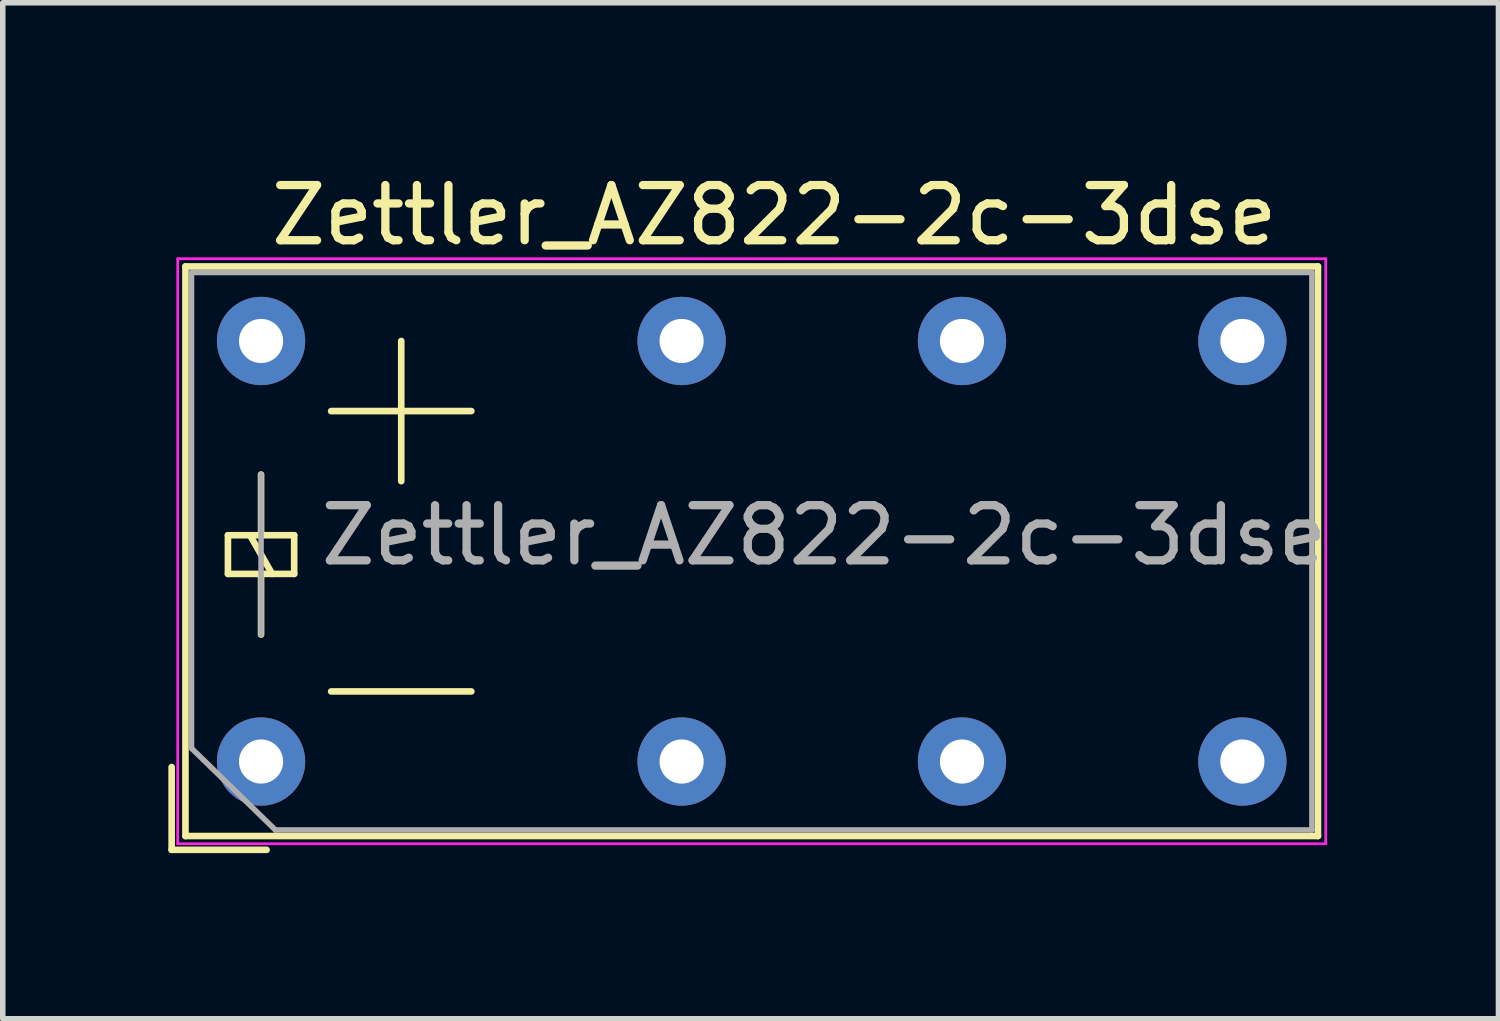
<source format=kicad_pcb>
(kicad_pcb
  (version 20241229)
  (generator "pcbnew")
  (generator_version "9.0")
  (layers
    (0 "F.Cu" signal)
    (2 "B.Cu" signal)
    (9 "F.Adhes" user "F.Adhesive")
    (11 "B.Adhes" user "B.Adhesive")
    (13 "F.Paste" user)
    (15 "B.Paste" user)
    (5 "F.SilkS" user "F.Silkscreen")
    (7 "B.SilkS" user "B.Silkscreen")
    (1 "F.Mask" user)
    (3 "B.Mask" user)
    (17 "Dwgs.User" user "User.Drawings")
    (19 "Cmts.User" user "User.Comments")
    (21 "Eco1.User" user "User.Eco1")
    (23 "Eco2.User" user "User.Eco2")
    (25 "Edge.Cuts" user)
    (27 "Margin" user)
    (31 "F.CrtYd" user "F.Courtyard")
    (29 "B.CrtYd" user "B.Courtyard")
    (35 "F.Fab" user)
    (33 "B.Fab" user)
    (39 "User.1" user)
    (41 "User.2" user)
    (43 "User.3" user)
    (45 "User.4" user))
  (footprint "Zettler_AZ822-2c-3dse"
    (layer "F.Cu")
    (at 1.68 10.748)
    (property "Reference" "Zettler_AZ822-2c-3dse" (at 9.3 -9.9 0) (layer "F.SilkS") (effects (font (size 1 1) (thickness 0.15))))
    (attr through_hole)
    (fp_line (start -1.62 1.6) (end -1.62 0.1) (stroke (width 0.12) (type solid)) (layer "F.SilkS"))
    (fp_line (start -1.37 -8.97) (end 19.15 -8.97) (stroke (width 0.12) (type solid)) (layer "F.SilkS"))
    (fp_line (start -1.37 1.35) (end -1.37 -8.97) (stroke (width 0.12) (type solid)) (layer "F.SilkS"))
    (fp_line (start -0.6 -4.1) (end -0.6 -3.4) (stroke (width 0.12) (type solid)) (layer "F.SilkS"))
    (fp_line (start -0.6 -3.4) (end 0.6 -3.4) (stroke (width 0.12) (type solid)) (layer "F.SilkS"))
    (fp_line (start 0 -4.1) (end 0 -5.2) (stroke (width 0.12) (type solid)) (layer "F.SilkS"))
    (fp_line (start 0 -3.4) (end 0 -2.3) (stroke (width 0.12) (type solid)) (layer "F.SilkS"))
    (fp_line (start 0.1 1.6) (end -1.62 1.6) (stroke (width 0.12) (type solid)) (layer "F.SilkS"))
    (fp_line (start 0.2 -3.4) (end -0.2 -4.1) (stroke (width 0.12) (type solid)) (layer "F.SilkS"))
    (fp_line (start 0.6 -4.1) (end -0.6 -4.1) (stroke (width 0.12) (type solid)) (layer "F.SilkS"))
    (fp_line (start 0.6 -3.4) (end 0.6 -4.1) (stroke (width 0.12) (type solid)) (layer "F.SilkS"))
    (fp_line (start 1.27 -6.35) (end 3.81 -6.35) (stroke (width 0.12) (type solid)) (layer "F.SilkS"))
    (fp_line (start 1.27 -1.27) (end 3.81 -1.27) (stroke (width 0.12) (type solid)) (layer "F.SilkS"))
    (fp_line (start 2.54 -7.62) (end 2.54 -5.08) (stroke (width 0.12) (type solid)) (layer "F.SilkS"))
    (fp_line (start 19.15 -8.97) (end 19.15 1.35) (stroke (width 0.12) (type solid)) (layer "F.SilkS"))
    (fp_line (start 19.15 1.35) (end -1.37 1.35) (stroke (width 0.12) (type solid)) (layer "F.SilkS"))
    (fp_line (start -1.51 -9.11) (end -1.51 1.49) (stroke (width 0.05) (type solid)) (layer "F.CrtYd"))
    (fp_line (start -1.51 -9.11) (end 19.29 -9.11) (stroke (width 0.05) (type solid)) (layer "F.CrtYd"))
    (fp_line (start 19.29 1.49) (end -1.51 1.49) (stroke (width 0.05) (type solid)) (layer "F.CrtYd"))
    (fp_line (start 19.29 1.49) (end 19.29 -9.11) (stroke (width 0.05) (type solid)) (layer "F.CrtYd"))
    (fp_line (start -1.26 -8.86) (end 19.04 -8.86) (stroke (width 0.1) (type solid)) (layer "F.Fab"))
    (fp_line (start -1.26 -0.24) (end -1.26 -8.86) (stroke (width 0.1) (type solid)) (layer "F.Fab"))
    (fp_line (start 0 -2.3) (end 0 -5.2) (stroke (width 0.1) (type solid)) (layer "F.Fab"))
    (fp_line (start 0.26 1.24) (end -1.26 -0.24) (stroke (width 0.1) (type solid)) (layer "F.Fab"))
    (fp_line (start 19.04 -8.86) (end 19.04 1.24) (stroke (width 0.1) (type solid)) (layer "F.Fab"))
    (fp_line (start 19.04 1.24) (end 0.26 1.24) (stroke (width 0.1) (type solid)) (layer "F.Fab"))
    (fp_text user "${REFERENCE}" (at 10.2 -4.1 180) (layer "F.Fab") (effects (font (size 1 1) (thickness 0.15))))
    (pad "1" thru_hole circle (at 0 -7.62 90) (size 1.6 1.6) (drill 0.8) (layers "*.Cu" "*.Mask"))
    (pad "2" thru_hole circle (at 12.7 -7.62 90) (size 1.6 1.6) (drill 0.8) (layers "*.Cu" "*.Mask"))
    (pad "3" thru_hole circle (at 7.62 -7.62 90) (size 1.6 1.6) (drill 0.8) (layers "*.Cu" "*.Mask"))
    (pad "4" thru_hole circle (at 17.78 -7.62 180) (size 1.6 1.6) (drill 0.8) (layers "*.Cu" "*.Mask"))
    (pad "7" thru_hole circle (at 17.78 0 90) (size 1.6 1.6) (drill 0.8) (layers "*.Cu" "*.Mask"))
    (pad "8" thru_hole circle (at 7.62 0 90) (size 1.6 1.6) (drill 0.8) (layers "*.Cu" "*.Mask"))
    (pad "9" thru_hole circle (at 12.7 0 90) (size 1.6 1.6) (drill 0.8) (layers "*.Cu" "*.Mask"))
    (pad "10" thru_hole circle (at 0 0 90) (size 1.6 1.6) (drill 0.8) (layers "*.Cu" "*.Mask")))
  (gr_rect
    (start -3 -3)
    (end 24.1 15.408)
    (stroke (width 0.1) (type default))
    (fill no)
    (layer "Edge.Cuts")))
</source>
